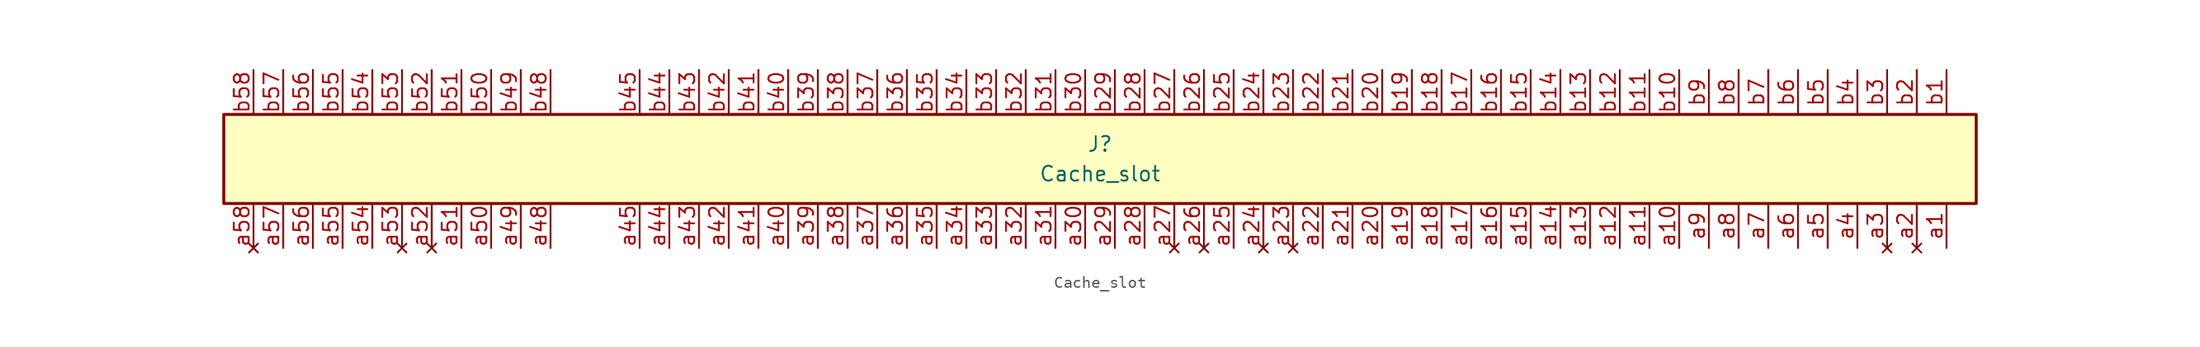
<source format=kicad_sym>
(kicad_symbol_lib
  (version 20220914)
  (generator kicad_symbol_editor)
  (symbol "Cache_slot"
    (property "Reference" "J"
      (at 0 1.27 0)
      (effects (font (size 1.27 1.27))))
    (property "Value" "Cache_slot"
      (at 0 -1.27 0)
      (effects (font (size 1.27 1.27))))
    (symbol "Cache_slot_0_1"
      (rectangle (start -74.93 3.81) (end 74.93 -3.81) (stroke (width 0.254) (type default)) (fill (type background))))
    (symbol "Cache_slot_1_1"
      (pin power_in line (at 72.39 -7.62 90) (length 3.81) (name "" (effects (font (size 1.27 1.27)))) (number "a1" (effects (font (size 1.27 1.27)))))
      (pin output line (at 49.53 -7.62 90) (length 3.81) (name "" (effects (font (size 1.27 1.27)))) (number "a10" (effects (font (size 1.27 1.27)))))
      (pin output line (at 46.99 -7.62 90) (length 3.81) (name "" (effects (font (size 1.27 1.27)))) (number "a11" (effects (font (size 1.27 1.27)))))
      (pin output line (at 44.45 -7.62 90) (length 3.81) (name "" (effects (font (size 1.27 1.27)))) (number "a12" (effects (font (size 1.27 1.27)))))
      (pin power_in line (at 41.91 -7.62 90) (length 3.81) (name "" (effects (font (size 1.27 1.27)))) (number "a13" (effects (font (size 1.27 1.27)))))
      (pin output line (at 39.37 -7.62 90) (length 3.81) (name "" (effects (font (size 1.27 1.27)))) (number "a14" (effects (font (size 1.27 1.27)))))
      (pin output line (at 36.83 -7.62 90) (length 3.81) (name "" (effects (font (size 1.27 1.27)))) (number "a15" (effects (font (size 1.27 1.27)))))
      (pin output line (at 34.29 -7.62 90) (length 3.81) (name "" (effects (font (size 1.27 1.27)))) (number "a16" (effects (font (size 1.27 1.27)))))
      (pin power_in line (at 31.75 -7.62 90) (length 3.81) (name "" (effects (font (size 1.27 1.27)))) (number "a17" (effects (font (size 1.27 1.27)))))
      (pin output line (at 29.21 -7.62 90) (length 3.81) (name "" (effects (font (size 1.27 1.27)))) (number "a18" (effects (font (size 1.27 1.27)))))
      (pin output line (at 26.67 -7.62 90) (length 3.81) (name "" (effects (font (size 1.27 1.27)))) (number "a19" (effects (font (size 1.27 1.27)))))
      (pin no_connect line (at 69.85 -7.62 90) (length 3.81) (name "" (effects (font (size 1.27 1.27)))) (number "a2" (effects (font (size 1.27 1.27)))))
      (pin output line (at 24.13 -7.62 90) (length 3.81) (name "" (effects (font (size 1.27 1.27)))) (number "a20" (effects (font (size 1.27 1.27)))))
      (pin power_in line (at 21.59 -7.62 90) (length 3.81) (name "" (effects (font (size 1.27 1.27)))) (number "a21" (effects (font (size 1.27 1.27)))))
      (pin output line (at 19.05 -7.62 90) (length 3.81) (name "" (effects (font (size 1.27 1.27)))) (number "a22" (effects (font (size 1.27 1.27)))))
      (pin no_connect line (at 16.51 -7.62 90) (length 3.81) (name "" (effects (font (size 1.27 1.27)))) (number "a23" (effects (font (size 1.27 1.27)))))
      (pin no_connect line (at 13.97 -7.62 90) (length 3.81) (name "" (effects (font (size 1.27 1.27)))) (number "a24" (effects (font (size 1.27 1.27)))))
      (pin power_in line (at 11.43 -7.62 90) (length 3.81) (name "" (effects (font (size 1.27 1.27)))) (number "a25" (effects (font (size 1.27 1.27)))))
      (pin no_connect line (at 8.89 -7.62 90) (length 3.81) (name "" (effects (font (size 1.27 1.27)))) (number "a26" (effects (font (size 1.27 1.27)))))
      (pin no_connect line (at 6.35 -7.62 90) (length 3.81) (name "" (effects (font (size 1.27 1.27)))) (number "a27" (effects (font (size 1.27 1.27)))))
      (pin output line (at 3.81 -7.62 90) (length 3.81) (name "" (effects (font (size 1.27 1.27)))) (number "a28" (effects (font (size 1.27 1.27)))))
      (pin power_in line (at 1.27 -7.62 90) (length 3.81) (name "" (effects (font (size 1.27 1.27)))) (number "a29" (effects (font (size 1.27 1.27)))))
      (pin no_connect line (at 67.31 -7.62 90) (length 3.81) (name "" (effects (font (size 1.27 1.27)))) (number "a3" (effects (font (size 1.27 1.27)))))
      (pin input line (at -1.27 -7.62 90) (length 3.81) (name "" (effects (font (size 1.27 1.27)))) (number "a30" (effects (font (size 1.27 1.27)))))
      (pin input line (at -3.81 -7.62 90) (length 3.81) (name "" (effects (font (size 1.27 1.27)))) (number "a31" (effects (font (size 1.27 1.27)))))
      (pin input line (at -6.35 -7.62 90) (length 3.81) (name "" (effects (font (size 1.27 1.27)))) (number "a32" (effects (font (size 1.27 1.27)))))
      (pin power_in line (at -8.89 -7.62 90) (length 3.81) (name "" (effects (font (size 1.27 1.27)))) (number "a33" (effects (font (size 1.27 1.27)))))
      (pin output line (at -11.43 -7.62 90) (length 3.81) (name "" (effects (font (size 1.27 1.27)))) (number "a34" (effects (font (size 1.27 1.27)))))
      (pin input line (at -13.97 -7.62 90) (length 3.81) (name "" (effects (font (size 1.27 1.27)))) (number "a35" (effects (font (size 1.27 1.27)))))
      (pin input line (at -16.51 -7.62 90) (length 3.81) (name "" (effects (font (size 1.27 1.27)))) (number "a36" (effects (font (size 1.27 1.27)))))
      (pin power_in line (at -19.05 -7.62 90) (length 3.81) (name "" (effects (font (size 1.27 1.27)))) (number "a37" (effects (font (size 1.27 1.27)))))
      (pin input line (at -21.59 -7.62 90) (length 3.81) (name "" (effects (font (size 1.27 1.27)))) (number "a38" (effects (font (size 1.27 1.27)))))
      (pin tri_state line (at -24.13 -7.62 90) (length 3.81) (name "" (effects (font (size 1.27 1.27)))) (number "a39" (effects (font (size 1.27 1.27)))))
      (pin output line (at 64.77 -7.62 90) (length 3.81) (name "" (effects (font (size 1.27 1.27)))) (number "a4" (effects (font (size 1.27 1.27)))))
      (pin tri_state line (at -26.67 -7.62 90) (length 3.81) (name "" (effects (font (size 1.27 1.27)))) (number "a40" (effects (font (size 1.27 1.27)))))
      (pin power_in line (at -29.21 -7.62 90) (length 3.81) (name "" (effects (font (size 1.27 1.27)))) (number "a41" (effects (font (size 1.27 1.27)))))
      (pin tri_state line (at -31.75 -7.62 90) (length 3.81) (name "" (effects (font (size 1.27 1.27)))) (number "a42" (effects (font (size 1.27 1.27)))))
      (pin tri_state line (at -34.29 -7.62 90) (length 3.81) (name "" (effects (font (size 1.27 1.27)))) (number "a43" (effects (font (size 1.27 1.27)))))
      (pin tri_state line (at -36.83 -7.62 90) (length 3.81) (name "" (effects (font (size 1.27 1.27)))) (number "a44" (effects (font (size 1.27 1.27)))))
      (pin power_in line (at -39.37 -7.62 90) (length 3.81) (name "" (effects (font (size 1.27 1.27)))) (number "a45" (effects (font (size 1.27 1.27)))))
      (pin tri_state line (at -46.99 -7.62 90) (length 3.81) (name "" (effects (font (size 1.27 1.27)))) (number "a48" (effects (font (size 1.27 1.27)))))
      (pin tri_state line (at -49.53 -7.62 90) (length 3.81) (name "" (effects (font (size 1.27 1.27)))) (number "a49" (effects (font (size 1.27 1.27)))))
      (pin power_in line (at 62.23 -7.62 90) (length 3.81) (name "" (effects (font (size 1.27 1.27)))) (number "a5" (effects (font (size 1.27 1.27)))))
      (pin power_in line (at -52.07 -7.62 90) (length 3.81) (name "" (effects (font (size 1.27 1.27)))) (number "a50" (effects (font (size 1.27 1.27)))))
      (pin tri_state line (at -54.61 -7.62 90) (length 3.81) (name "" (effects (font (size 1.27 1.27)))) (number "a51" (effects (font (size 1.27 1.27)))))
      (pin no_connect line (at -57.15 -7.62 90) (length 3.81) (name "" (effects (font (size 1.27 1.27)))) (number "a52" (effects (font (size 1.27 1.27)))))
      (pin no_connect line (at -59.69 -7.62 90) (length 3.81) (name "" (effects (font (size 1.27 1.27)))) (number "a53" (effects (font (size 1.27 1.27)))))
      (pin power_in line (at -62.23 -7.62 90) (length 3.81) (name "" (effects (font (size 1.27 1.27)))) (number "a54" (effects (font (size 1.27 1.27)))))
      (pin tri_state line (at -64.77 -7.62 90) (length 3.81) (name "" (effects (font (size 1.27 1.27)))) (number "a55" (effects (font (size 1.27 1.27)))))
      (pin tri_state line (at -67.31 -7.62 90) (length 3.81) (name "" (effects (font (size 1.27 1.27)))) (number "a56" (effects (font (size 1.27 1.27)))))
      (pin tri_state line (at -69.85 -7.62 90) (length 3.81) (name "" (effects (font (size 1.27 1.27)))) (number "a57" (effects (font (size 1.27 1.27)))))
      (pin no_connect line (at -72.39 -7.62 90) (length 3.81) (name "" (effects (font (size 1.27 1.27)))) (number "a58" (effects (font (size 1.27 1.27)))))
      (pin output line (at 59.69 -7.62 90) (length 3.81) (name "" (effects (font (size 1.27 1.27)))) (number "a6" (effects (font (size 1.27 1.27)))))
      (pin output line (at 57.15 -7.62 90) (length 3.81) (name "" (effects (font (size 1.27 1.27)))) (number "a7" (effects (font (size 1.27 1.27)))))
      (pin output line (at 54.61 -7.62 90) (length 3.81) (name "" (effects (font (size 1.27 1.27)))) (number "a8" (effects (font (size 1.27 1.27)))))
      (pin power_in line (at 52.07 -7.62 90) (length 3.81) (name "" (effects (font (size 1.27 1.27)))) (number "a9" (effects (font (size 1.27 1.27)))))
      (pin tri_state line (at 72.39 7.62 270) (length 3.81) (name "" (effects (font (size 1.27 1.27)))) (number "b1" (effects (font (size 1.27 1.27)))))
      (pin tri_state line (at 49.53 7.62 270) (length 3.81) (name "" (effects (font (size 1.27 1.27)))) (number "b10" (effects (font (size 1.27 1.27)))))
      (pin power_in line (at 46.99 7.62 270) (length 3.81) (name "" (effects (font (size 1.27 1.27)))) (number "b11" (effects (font (size 1.27 1.27)))))
      (pin tri_state line (at 44.45 7.62 270) (length 3.81) (name "" (effects (font (size 1.27 1.27)))) (number "b12" (effects (font (size 1.27 1.27)))))
      (pin tri_state line (at 41.91 7.62 270) (length 3.81) (name "" (effects (font (size 1.27 1.27)))) (number "b13" (effects (font (size 1.27 1.27)))))
      (pin tri_state line (at 39.37 7.62 270) (length 3.81) (name "" (effects (font (size 1.27 1.27)))) (number "b14" (effects (font (size 1.27 1.27)))))
      (pin power_in line (at 36.83 7.62 270) (length 3.81) (name "" (effects (font (size 1.27 1.27)))) (number "b15" (effects (font (size 1.27 1.27)))))
      (pin tri_state line (at 34.29 7.62 270) (length 3.81) (name "" (effects (font (size 1.27 1.27)))) (number "b16" (effects (font (size 1.27 1.27)))))
      (pin tri_state line (at 31.75 7.62 270) (length 3.81) (name "" (effects (font (size 1.27 1.27)))) (number "b17" (effects (font (size 1.27 1.27)))))
      (pin tri_state line (at 29.21 7.62 270) (length 3.81) (name "" (effects (font (size 1.27 1.27)))) (number "b18" (effects (font (size 1.27 1.27)))))
      (pin power_in line (at 26.67 7.62 270) (length 3.81) (name "" (effects (font (size 1.27 1.27)))) (number "b19" (effects (font (size 1.27 1.27)))))
      (pin tri_state line (at 69.85 7.62 270) (length 3.81) (name "" (effects (font (size 1.27 1.27)))) (number "b2" (effects (font (size 1.27 1.27)))))
      (pin tri_state line (at 24.13 7.62 270) (length 3.81) (name "" (effects (font (size 1.27 1.27)))) (number "b20" (effects (font (size 1.27 1.27)))))
      (pin tri_state line (at 21.59 7.62 270) (length 3.81) (name "" (effects (font (size 1.27 1.27)))) (number "b21" (effects (font (size 1.27 1.27)))))
      (pin tri_state line (at 19.05 7.62 270) (length 3.81) (name "" (effects (font (size 1.27 1.27)))) (number "b22" (effects (font (size 1.27 1.27)))))
      (pin power_in line (at 16.51 7.62 270) (length 3.81) (name "" (effects (font (size 1.27 1.27)))) (number "b23" (effects (font (size 1.27 1.27)))))
      (pin tri_state line (at 13.97 7.62 270) (length 3.81) (name "" (effects (font (size 1.27 1.27)))) (number "b24" (effects (font (size 1.27 1.27)))))
      (pin tri_state line (at 11.43 7.62 270) (length 3.81) (name "" (effects (font (size 1.27 1.27)))) (number "b25" (effects (font (size 1.27 1.27)))))
      (pin tri_state line (at 8.89 7.62 270) (length 3.81) (name "" (effects (font (size 1.27 1.27)))) (number "b26" (effects (font (size 1.27 1.27)))))
      (pin power_in line (at 6.35 7.62 270) (length 3.81) (name "" (effects (font (size 1.27 1.27)))) (number "b27" (effects (font (size 1.27 1.27)))))
      (pin tri_state line (at 3.81 7.62 270) (length 3.81) (name "" (effects (font (size 1.27 1.27)))) (number "b28" (effects (font (size 1.27 1.27)))))
      (pin tri_state line (at 1.27 7.62 270) (length 3.81) (name "" (effects (font (size 1.27 1.27)))) (number "b29" (effects (font (size 1.27 1.27)))))
      (pin power_in line (at 67.31 7.62 270) (length 3.81) (name "" (effects (font (size 1.27 1.27)))) (number "b3" (effects (font (size 1.27 1.27)))))
      (pin tri_state line (at -1.27 7.62 270) (length 3.81) (name "" (effects (font (size 1.27 1.27)))) (number "b30" (effects (font (size 1.27 1.27)))))
      (pin power_in line (at -3.81 7.62 270) (length 3.81) (name "" (effects (font (size 1.27 1.27)))) (number "b31" (effects (font (size 1.27 1.27)))))
      (pin tri_state line (at -6.35 7.62 270) (length 3.81) (name "" (effects (font (size 1.27 1.27)))) (number "b32" (effects (font (size 1.27 1.27)))))
      (pin tri_state line (at -8.89 7.62 270) (length 3.81) (name "" (effects (font (size 1.27 1.27)))) (number "b33" (effects (font (size 1.27 1.27)))))
      (pin tri_state line (at -11.43 7.62 270) (length 3.81) (name "" (effects (font (size 1.27 1.27)))) (number "b34" (effects (font (size 1.27 1.27)))))
      (pin power_in line (at -13.97 7.62 270) (length 3.81) (name "" (effects (font (size 1.27 1.27)))) (number "b35" (effects (font (size 1.27 1.27)))))
      (pin tri_state line (at -16.51 7.62 270) (length 3.81) (name "" (effects (font (size 1.27 1.27)))) (number "b36" (effects (font (size 1.27 1.27)))))
      (pin tri_state line (at -19.05 7.62 270) (length 3.81) (name "" (effects (font (size 1.27 1.27)))) (number "b37" (effects (font (size 1.27 1.27)))))
      (pin tri_state line (at -21.59 7.62 270) (length 3.81) (name "" (effects (font (size 1.27 1.27)))) (number "b38" (effects (font (size 1.27 1.27)))))
      (pin power_in line (at -24.13 7.62 270) (length 3.81) (name "" (effects (font (size 1.27 1.27)))) (number "b39" (effects (font (size 1.27 1.27)))))
      (pin tri_state line (at 64.77 7.62 270) (length 3.81) (name "" (effects (font (size 1.27 1.27)))) (number "b4" (effects (font (size 1.27 1.27)))))
      (pin tri_state line (at -26.67 7.62 270) (length 3.81) (name "" (effects (font (size 1.27 1.27)))) (number "b40" (effects (font (size 1.27 1.27)))))
      (pin tri_state line (at -29.21 7.62 270) (length 3.81) (name "" (effects (font (size 1.27 1.27)))) (number "b41" (effects (font (size 1.27 1.27)))))
      (pin tri_state line (at -31.75 7.62 270) (length 3.81) (name "" (effects (font (size 1.27 1.27)))) (number "b42" (effects (font (size 1.27 1.27)))))
      (pin power_out line (at -34.29 7.62 270) (length 3.81) (name "" (effects (font (size 1.27 1.27)))) (number "b43" (effects (font (size 1.27 1.27)))))
      (pin output line (at -36.83 7.62 270) (length 3.81) (name "" (effects (font (size 1.27 1.27)))) (number "b44" (effects (font (size 1.27 1.27)))))
      (pin output line (at -39.37 7.62 270) (length 3.81) (name "" (effects (font (size 1.27 1.27)))) (number "b45" (effects (font (size 1.27 1.27)))))
      (pin power_out line (at -46.99 7.62 270) (length 3.81) (name "" (effects (font (size 1.27 1.27)))) (number "b48" (effects (font (size 1.27 1.27)))))
      (pin output line (at -49.53 7.62 270) (length 3.81) (name "" (effects (font (size 1.27 1.27)))) (number "b49" (effects (font (size 1.27 1.27)))))
      (pin tri_state line (at 62.23 7.62 270) (length 3.81) (name "" (effects (font (size 1.27 1.27)))) (number "b5" (effects (font (size 1.27 1.27)))))
      (pin output line (at -52.07 7.62 270) (length 3.81) (name "" (effects (font (size 1.27 1.27)))) (number "b50" (effects (font (size 1.27 1.27)))))
      (pin input line (at -54.61 7.62 270) (length 3.81) (name "" (effects (font (size 1.27 1.27)))) (number "b51" (effects (font (size 1.27 1.27)))))
      (pin power_in line (at -57.15 7.62 270) (length 3.81) (name "" (effects (font (size 1.27 1.27)))) (number "b52" (effects (font (size 1.27 1.27)))))
      (pin input line (at -59.69 7.62 270) (length 3.81) (name "" (effects (font (size 1.27 1.27)))) (number "b53" (effects (font (size 1.27 1.27)))))
      (pin input line (at -62.23 7.62 270) (length 3.81) (name "" (effects (font (size 1.27 1.27)))) (number "b54" (effects (font (size 1.27 1.27)))))
      (pin input line (at -64.77 7.62 270) (length 3.81) (name "" (effects (font (size 1.27 1.27)))) (number "b55" (effects (font (size 1.27 1.27)))))
      (pin power_in line (at -67.31 7.62 270) (length 3.81) (name "" (effects (font (size 1.27 1.27)))) (number "b56" (effects (font (size 1.27 1.27)))))
      (pin output line (at -69.85 7.62 270) (length 3.81) (name "" (effects (font (size 1.27 1.27)))) (number "b57" (effects (font (size 1.27 1.27)))))
      (pin output line (at -72.39 7.62 270) (length 3.81) (name "" (effects (font (size 1.27 1.27)))) (number "b58" (effects (font (size 1.27 1.27)))))
      (pin tri_state line (at 59.69 7.62 270) (length 3.81) (name "" (effects (font (size 1.27 1.27)))) (number "b6" (effects (font (size 1.27 1.27)))))
      (pin power_in line (at 57.15 7.62 270) (length 3.81) (name "" (effects (font (size 1.27 1.27)))) (number "b7" (effects (font (size 1.27 1.27)))))
      (pin tri_state line (at 54.61 7.62 270) (length 3.81) (name "" (effects (font (size 1.27 1.27)))) (number "b8" (effects (font (size 1.27 1.27)))))
      (pin tri_state line (at 52.07 7.62 270) (length 3.81) (name "" (effects (font (size 1.27 1.27)))) (number "b9" (effects (font (size 1.27 1.27))))))))
</source>
